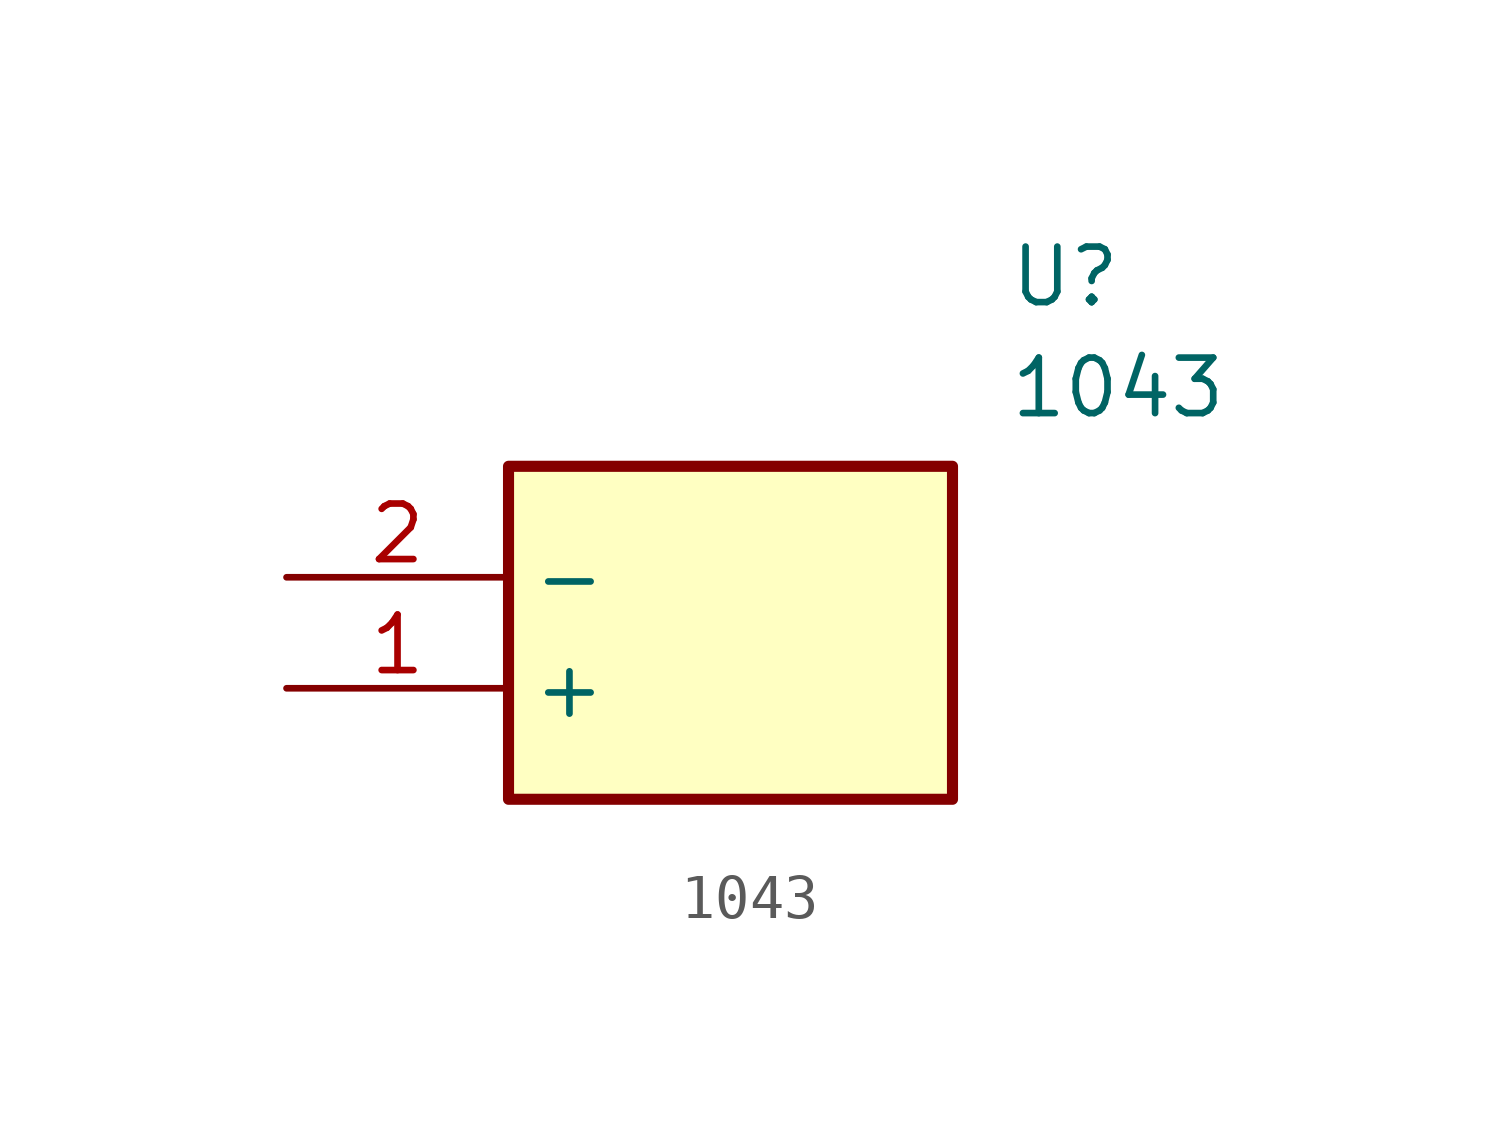
<source format=kicad_sym>
(kicad_symbol_lib
  (version 20211014)
  (generator SamacSys_ECAD_Model)
  (symbol "1043"
    (property "Reference" "U"
      (at 16.51 7.62 0)
      (effects (font (size 1.27 1.27)) (justify left top)))
    (property "Value" "1043"
      (at 16.51 5.08 0)
      (effects (font (size 1.27 1.27)) (justify left top)))
    (rectangle
      (start 5.08 2.54)
      (end 15.24 -5.08)
      (stroke (width 0.254) (type default))
      (fill (type background)))
    (pin passive line
      (at 0 -2.54 0)
      (length 5.08)
      (name "+" (effects (font (size 1.27 1.27))))
      (number "1" (effects (font (size 1.27 1.27)))))
    (pin passive line
      (at 0 0 0)
      (length 5.08)
      (name "-" (effects (font (size 1.27 1.27))))
      (number "2" (effects (font (size 1.27 1.27)))))))
</source>
